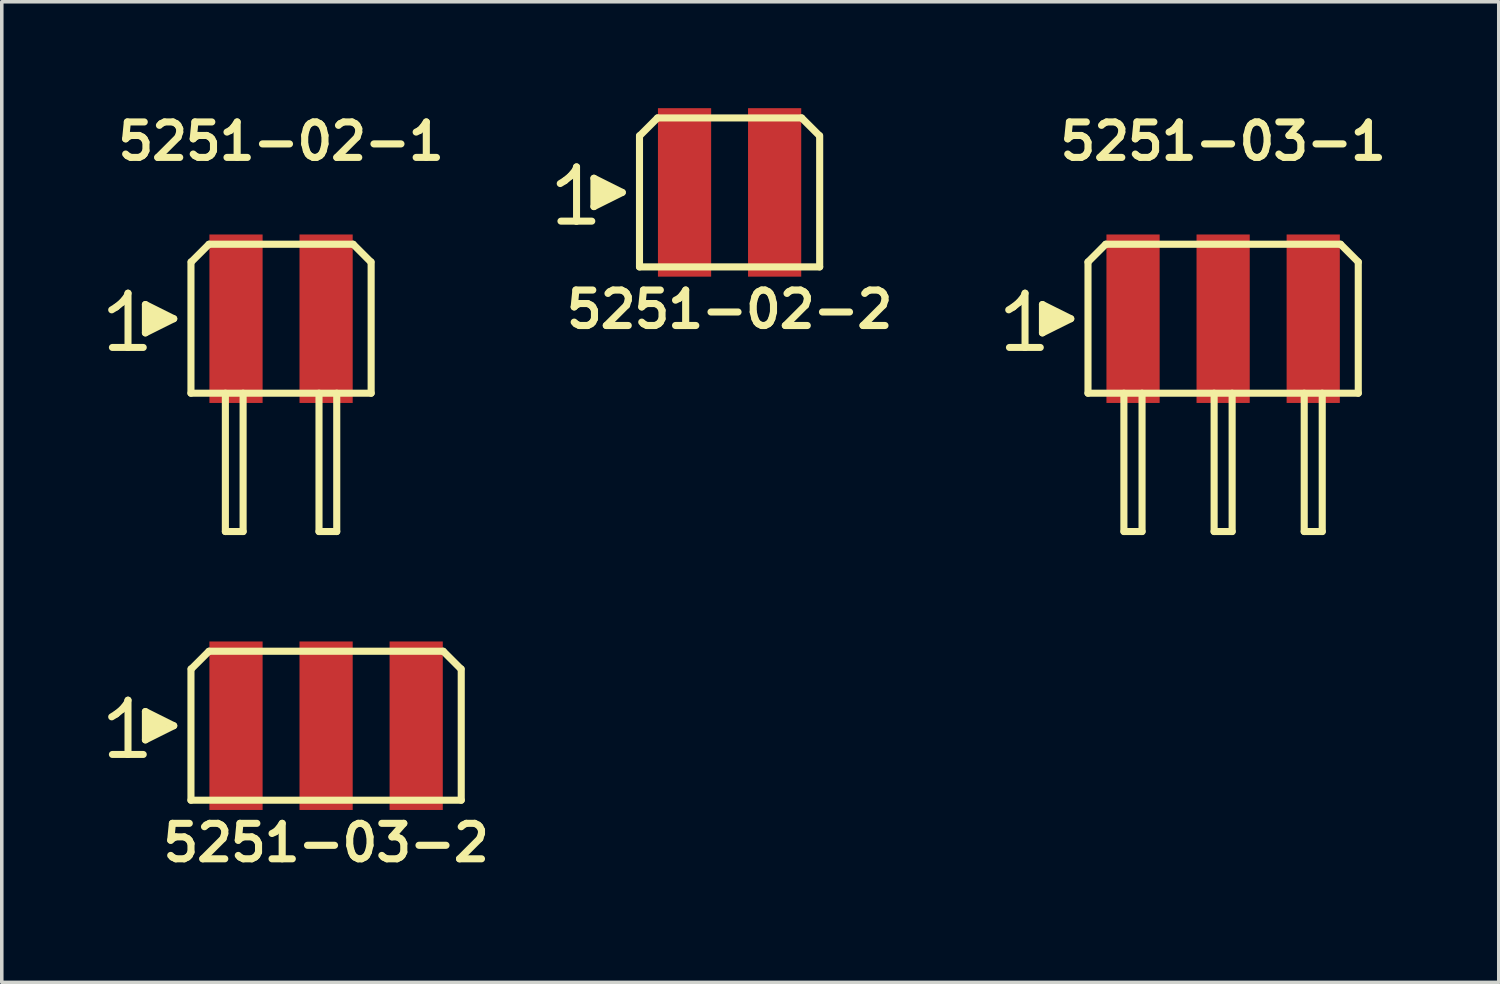
<source format=kicad_pcb>
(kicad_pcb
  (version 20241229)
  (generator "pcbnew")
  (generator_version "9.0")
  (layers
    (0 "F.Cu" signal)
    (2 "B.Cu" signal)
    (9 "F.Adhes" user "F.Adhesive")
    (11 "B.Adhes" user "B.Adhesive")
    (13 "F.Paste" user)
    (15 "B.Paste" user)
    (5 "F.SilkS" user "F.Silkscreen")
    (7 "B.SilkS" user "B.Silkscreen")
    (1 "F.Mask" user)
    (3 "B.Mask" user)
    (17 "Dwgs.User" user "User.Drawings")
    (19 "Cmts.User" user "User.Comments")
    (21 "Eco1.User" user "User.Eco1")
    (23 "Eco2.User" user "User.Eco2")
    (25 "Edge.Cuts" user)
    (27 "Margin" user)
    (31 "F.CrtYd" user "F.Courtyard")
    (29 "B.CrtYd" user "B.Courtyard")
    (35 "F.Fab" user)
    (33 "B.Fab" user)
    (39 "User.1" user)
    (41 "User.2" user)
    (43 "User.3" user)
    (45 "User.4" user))
  (footprint "5251-02-1"
    (layer "F.Cu")
    (at 4.874 5.936)
    (property "Reference" "5251-02-1" (at 0 -5 0) (layer "F.SilkS") (effects (font (size 1 1) (thickness 0.2))))
    (attr smd)
    (fp_line (start -4.775 -0.25) (end -4.645 -0.33) (stroke (width 0.198) (type solid)) (layer "F.SilkS"))
    (fp_line (start -4.645 -0.33) (end -4.485 -0.46) (stroke (width 0.198) (type solid)) (layer "F.SilkS"))
    (fp_line (start -4.485 -0.46) (end -4.345 -0.63) (stroke (width 0.198) (type solid)) (layer "F.SilkS"))
    (fp_line (start -4.345 -0.63) (end -4.315 -0.72) (stroke (width 0.198) (type solid)) (layer "F.SilkS"))
    (fp_line (start -4.315 -0.72) (end -4.315 0.81) (stroke (width 0.198) (type solid)) (layer "F.SilkS"))
    (fp_line (start -4.315 0.81) (end -4.755 0.81) (stroke (width 0.198) (type solid)) (layer "F.SilkS"))
    (fp_line (start -3.885 0.81) (end -4.325 0.81) (stroke (width 0.198) (type solid)) (layer "F.SilkS"))
    (fp_line (start -3.825 -0.4) (end -3.025 0) (stroke (width 0.198) (type solid)) (layer "F.SilkS"))
    (fp_line (start -3.825 0.4) (end -3.825 -0.4) (stroke (width 0.198) (type solid)) (layer "F.SilkS"))
    (fp_line (start -3.725 0.3) (end -3.725 -0.3) (stroke (width 0.198) (type solid)) (layer "F.SilkS"))
    (fp_line (start -3.625 -0.2) (end -3.625 0.2) (stroke (width 0.198) (type solid)) (layer "F.SilkS"))
    (fp_line (start -3.525 0.2) (end -3.525 -0.2) (stroke (width 0.198) (type solid)) (layer "F.SilkS"))
    (fp_line (start -3.425 -0.1) (end -3.425 0.1) (stroke (width 0.198) (type solid)) (layer "F.SilkS"))
    (fp_line (start -3.325 0.1) (end -3.325 -0.1) (stroke (width 0.198) (type solid)) (layer "F.SilkS"))
    (fp_line (start -3.025 0) (end -3.825 0.4) (stroke (width 0.198) (type solid)) (layer "F.SilkS"))
    (fp_line (start -2.54 2.1) (end -2.54 -1.6) (stroke (width 0.2) (type solid)) (layer "F.SilkS"))
    (fp_line (start -2.532 -1.6) (end -2.032 -2.1) (stroke (width 0.2) (type solid)) (layer "F.SilkS"))
    (fp_line (start -2.032 -2.1) (end 2.032 -2.1) (stroke (width 0.2) (type solid)) (layer "F.SilkS"))
    (fp_line (start -1.57 2.1) (end -1.57 6) (stroke (width 0.2) (type solid)) (layer "F.SilkS"))
    (fp_line (start -1.57 6) (end -1.07 6) (stroke (width 0.2) (type solid)) (layer "F.SilkS"))
    (fp_line (start -1.07 6) (end -1.07 2.1) (stroke (width 0.2) (type solid)) (layer "F.SilkS"))
    (fp_line (start 1.07 2.1) (end 1.07 6) (stroke (width 0.2) (type solid)) (layer "F.SilkS"))
    (fp_line (start 1.07 6) (end 1.57 6) (stroke (width 0.2) (type solid)) (layer "F.SilkS"))
    (fp_line (start 1.57 6) (end 1.57 2.1) (stroke (width 0.2) (type solid)) (layer "F.SilkS"))
    (fp_line (start 2.032 -2.1) (end 2.532 -1.6) (stroke (width 0.2) (type solid)) (layer "F.SilkS"))
    (fp_line (start 2.54 -1.6) (end 2.54 2.1) (stroke (width 0.2) (type solid)) (layer "F.SilkS"))
    (fp_line (start 2.54 2.1) (end -2.54 2.1) (stroke (width 0.2) (type solid)) (layer "F.SilkS"))
    (pad "1" smd rect (at -1.27 0) (size 1.5 4.75) (layers "F.Cu" "F.Mask" "F.Paste"))
    (pad "2" smd rect (at 1.27 0) (size 1.5 4.75) (layers "F.Cu" "F.Mask" "F.Paste")))
  (footprint "5251-03-2"
    (layer "F.Cu")
    (at 6.144 17.411)
    (property "Reference" "5251-03-2" (at 0 3.3 0) (layer "F.SilkS") (effects (font (size 1 1) (thickness 0.2))))
    (attr smd)
    (fp_line (start -6.045 -0.25) (end -5.915 -0.33) (stroke (width 0.198) (type solid)) (layer "F.SilkS"))
    (fp_line (start -5.915 -0.33) (end -5.755 -0.46) (stroke (width 0.198) (type solid)) (layer "F.SilkS"))
    (fp_line (start -5.755 -0.46) (end -5.615 -0.63) (stroke (width 0.198) (type solid)) (layer "F.SilkS"))
    (fp_line (start -5.615 -0.63) (end -5.585 -0.72) (stroke (width 0.198) (type solid)) (layer "F.SilkS"))
    (fp_line (start -5.585 -0.72) (end -5.585 0.81) (stroke (width 0.198) (type solid)) (layer "F.SilkS"))
    (fp_line (start -5.585 0.81) (end -6.025 0.81) (stroke (width 0.198) (type solid)) (layer "F.SilkS"))
    (fp_line (start -5.155 0.81) (end -5.595 0.81) (stroke (width 0.198) (type solid)) (layer "F.SilkS"))
    (fp_line (start -5.095 -0.4) (end -4.295 0) (stroke (width 0.198) (type solid)) (layer "F.SilkS"))
    (fp_line (start -5.095 0.4) (end -5.095 -0.4) (stroke (width 0.198) (type solid)) (layer "F.SilkS"))
    (fp_line (start -4.995 0.3) (end -4.995 -0.3) (stroke (width 0.198) (type solid)) (layer "F.SilkS"))
    (fp_line (start -4.895 -0.2) (end -4.895 0.2) (stroke (width 0.198) (type solid)) (layer "F.SilkS"))
    (fp_line (start -4.795 0.2) (end -4.795 -0.2) (stroke (width 0.198) (type solid)) (layer "F.SilkS"))
    (fp_line (start -4.695 -0.1) (end -4.695 0.1) (stroke (width 0.198) (type solid)) (layer "F.SilkS"))
    (fp_line (start -4.595 0.1) (end -4.595 -0.1) (stroke (width 0.198) (type solid)) (layer "F.SilkS"))
    (fp_line (start -4.295 0) (end -5.095 0.4) (stroke (width 0.198) (type solid)) (layer "F.SilkS"))
    (fp_line (start -3.81 2.1) (end -3.81 -1.6) (stroke (width 0.2) (type solid)) (layer "F.SilkS"))
    (fp_line (start -3.802 -1.6) (end -3.302 -2.1) (stroke (width 0.2) (type solid)) (layer "F.SilkS"))
    (fp_line (start -3.302 -2.1) (end 3.302 -2.1) (stroke (width 0.2) (type solid)) (layer "F.SilkS"))
    (fp_line (start 3.302 -2.1) (end 3.802 -1.6) (stroke (width 0.2) (type solid)) (layer "F.SilkS"))
    (fp_line (start 3.81 -1.6) (end 3.81 2.1) (stroke (width 0.2) (type solid)) (layer "F.SilkS"))
    (fp_line (start 3.81 2.1) (end -3.81 2.1) (stroke (width 0.2) (type solid)) (layer "F.SilkS"))
    (pad "1" smd rect (at -2.54 0) (size 1.5 4.75) (layers "F.Cu" "F.Mask" "F.Paste"))
    (pad "2" smd rect (at 0 0) (size 1.5 4.75) (layers "F.Cu" "F.Mask" "F.Paste"))
    (pad "3" smd rect (at 2.54 0) (size 1.5 4.75) (layers "F.Cu" "F.Mask" "F.Paste")))
  (footprint "5251-03-1"
    (layer "F.Cu")
    (at 31.435 5.936)
    (property "Reference" "5251-03-1" (at 0 -5 0) (layer "F.SilkS") (effects (font (size 1 1) (thickness 0.2))))
    (attr smd)
    (fp_line (start -6.045 -0.25) (end -5.915 -0.33) (stroke (width 0.198) (type solid)) (layer "F.SilkS"))
    (fp_line (start -5.915 -0.33) (end -5.755 -0.46) (stroke (width 0.198) (type solid)) (layer "F.SilkS"))
    (fp_line (start -5.755 -0.46) (end -5.615 -0.63) (stroke (width 0.198) (type solid)) (layer "F.SilkS"))
    (fp_line (start -5.615 -0.63) (end -5.585 -0.72) (stroke (width 0.198) (type solid)) (layer "F.SilkS"))
    (fp_line (start -5.585 -0.72) (end -5.585 0.81) (stroke (width 0.198) (type solid)) (layer "F.SilkS"))
    (fp_line (start -5.585 0.81) (end -6.025 0.81) (stroke (width 0.198) (type solid)) (layer "F.SilkS"))
    (fp_line (start -5.155 0.81) (end -5.595 0.81) (stroke (width 0.198) (type solid)) (layer "F.SilkS"))
    (fp_line (start -5.095 -0.4) (end -4.295 0) (stroke (width 0.198) (type solid)) (layer "F.SilkS"))
    (fp_line (start -5.095 0.4) (end -5.095 -0.4) (stroke (width 0.198) (type solid)) (layer "F.SilkS"))
    (fp_line (start -4.995 0.3) (end -4.995 -0.3) (stroke (width 0.198) (type solid)) (layer "F.SilkS"))
    (fp_line (start -4.895 -0.2) (end -4.895 0.2) (stroke (width 0.198) (type solid)) (layer "F.SilkS"))
    (fp_line (start -4.795 0.2) (end -4.795 -0.2) (stroke (width 0.198) (type solid)) (layer "F.SilkS"))
    (fp_line (start -4.695 -0.1) (end -4.695 0.1) (stroke (width 0.198) (type solid)) (layer "F.SilkS"))
    (fp_line (start -4.595 0.1) (end -4.595 -0.1) (stroke (width 0.198) (type solid)) (layer "F.SilkS"))
    (fp_line (start -4.295 0) (end -5.095 0.4) (stroke (width 0.198) (type solid)) (layer "F.SilkS"))
    (fp_line (start -3.81 -1.6) (end -3.31 -2.1) (stroke (width 0.2) (type solid)) (layer "F.SilkS"))
    (fp_line (start -3.81 2.1) (end -3.81 -1.6) (stroke (width 0.2) (type solid)) (layer "F.SilkS"))
    (fp_line (start -3.31 -2.1) (end 3.31 -2.1) (stroke (width 0.2) (type solid)) (layer "F.SilkS"))
    (fp_line (start -2.798 2.1) (end -2.798 6) (stroke (width 0.2) (type solid)) (layer "F.SilkS"))
    (fp_line (start -2.794 6) (end -2.286 6) (stroke (width 0.2) (type solid)) (layer "F.SilkS"))
    (fp_line (start -2.286 6) (end -2.286 2.1) (stroke (width 0.2) (type solid)) (layer "F.SilkS"))
    (fp_line (start -0.254 2.1) (end -0.254 6) (stroke (width 0.2) (type solid)) (layer "F.SilkS"))
    (fp_line (start -0.254 6) (end 0.254 6) (stroke (width 0.2) (type solid)) (layer "F.SilkS"))
    (fp_line (start 0.254 6) (end 0.254 2.1) (stroke (width 0.2) (type solid)) (layer "F.SilkS"))
    (fp_line (start 2.286 2.1) (end 2.286 6) (stroke (width 0.2) (type solid)) (layer "F.SilkS"))
    (fp_line (start 2.286 6) (end 2.794 6) (stroke (width 0.2) (type solid)) (layer "F.SilkS"))
    (fp_line (start 2.794 6) (end 2.794 2.1) (stroke (width 0.2) (type solid)) (layer "F.SilkS"))
    (fp_line (start 3.31 -2.1) (end 3.81 -1.6) (stroke (width 0.2) (type solid)) (layer "F.SilkS"))
    (fp_line (start 3.81 -1.6) (end 3.81 2.1) (stroke (width 0.2) (type solid)) (layer "F.SilkS"))
    (fp_line (start 3.81 2.1) (end -3.81 2.1) (stroke (width 0.2) (type solid)) (layer "F.SilkS"))
    (pad "1" smd rect (at -2.54 0) (size 1.5 4.75) (layers "F.Cu" "F.Mask" "F.Paste"))
    (pad "2" smd rect (at 0 0) (size 1.5 4.75) (layers "F.Cu" "F.Mask" "F.Paste"))
    (pad "3" smd rect (at 2.54 0) (size 1.5 4.75) (layers "F.Cu" "F.Mask" "F.Paste")))
  (footprint "5251-02-2"
    (layer "F.Cu")
    (at 17.52 2.375)
    (property "Reference" "5251-02-2" (at 0 3.3 0) (layer "F.SilkS") (effects (font (size 1 1) (thickness 0.2))))
    (attr smd)
    (fp_line (start -4.775 -0.25) (end -4.645 -0.33) (stroke (width 0.198) (type solid)) (layer "F.SilkS"))
    (fp_line (start -4.645 -0.33) (end -4.485 -0.46) (stroke (width 0.198) (type solid)) (layer "F.SilkS"))
    (fp_line (start -4.485 -0.46) (end -4.345 -0.63) (stroke (width 0.198) (type solid)) (layer "F.SilkS"))
    (fp_line (start -4.345 -0.63) (end -4.315 -0.72) (stroke (width 0.198) (type solid)) (layer "F.SilkS"))
    (fp_line (start -4.315 -0.72) (end -4.315 0.81) (stroke (width 0.198) (type solid)) (layer "F.SilkS"))
    (fp_line (start -4.315 0.81) (end -4.755 0.81) (stroke (width 0.198) (type solid)) (layer "F.SilkS"))
    (fp_line (start -3.885 0.81) (end -4.325 0.81) (stroke (width 0.198) (type solid)) (layer "F.SilkS"))
    (fp_line (start -3.825 -0.4) (end -3.025 0) (stroke (width 0.198) (type solid)) (layer "F.SilkS"))
    (fp_line (start -3.825 0.4) (end -3.825 -0.4) (stroke (width 0.198) (type solid)) (layer "F.SilkS"))
    (fp_line (start -3.725 0.3) (end -3.725 -0.3) (stroke (width 0.198) (type solid)) (layer "F.SilkS"))
    (fp_line (start -3.625 -0.2) (end -3.625 0.2) (stroke (width 0.198) (type solid)) (layer "F.SilkS"))
    (fp_line (start -3.525 0.2) (end -3.525 -0.2) (stroke (width 0.198) (type solid)) (layer "F.SilkS"))
    (fp_line (start -3.425 -0.1) (end -3.425 0.1) (stroke (width 0.198) (type solid)) (layer "F.SilkS"))
    (fp_line (start -3.325 0.1) (end -3.325 -0.1) (stroke (width 0.198) (type solid)) (layer "F.SilkS"))
    (fp_line (start -3.025 0) (end -3.825 0.4) (stroke (width 0.198) (type solid)) (layer "F.SilkS"))
    (fp_line (start -2.54 2.1) (end -2.54 -1.6) (stroke (width 0.2) (type solid)) (layer "F.SilkS"))
    (fp_line (start -2.532 -1.6) (end -2.032 -2.1) (stroke (width 0.2) (type solid)) (layer "F.SilkS"))
    (fp_line (start -2.032 -2.1) (end 2.032 -2.1) (stroke (width 0.2) (type solid)) (layer "F.SilkS"))
    (fp_line (start 2.032 -2.1) (end 2.532 -1.6) (stroke (width 0.2) (type solid)) (layer "F.SilkS"))
    (fp_line (start 2.54 -1.6) (end 2.54 2.1) (stroke (width 0.2) (type solid)) (layer "F.SilkS"))
    (fp_line (start 2.54 2.1) (end -2.54 2.1) (stroke (width 0.2) (type solid)) (layer "F.SilkS"))
    (pad "1" smd rect (at -1.27 0) (size 1.5 4.75) (layers "F.Cu" "F.Mask" "F.Paste"))
    (pad "2" smd rect (at 1.27 0) (size 1.5 4.75) (layers "F.Cu" "F.Mask" "F.Paste")))
  (gr_rect
    (start -3 -3)
    (end 39.206 24.647)
    (stroke (width 0.1) (type default))
    (fill no)
    (layer "Edge.Cuts")))
</source>
